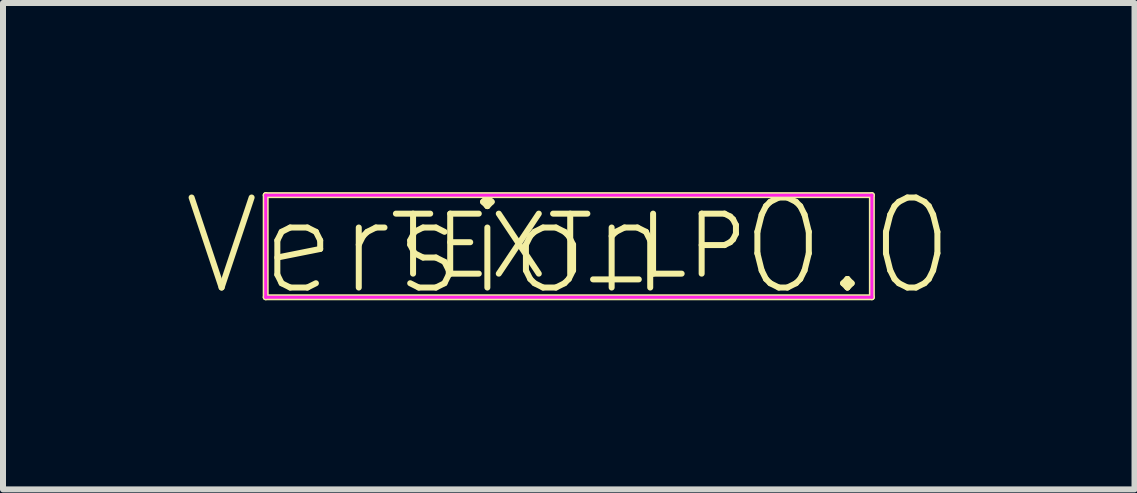
<source format=kicad_pcb>
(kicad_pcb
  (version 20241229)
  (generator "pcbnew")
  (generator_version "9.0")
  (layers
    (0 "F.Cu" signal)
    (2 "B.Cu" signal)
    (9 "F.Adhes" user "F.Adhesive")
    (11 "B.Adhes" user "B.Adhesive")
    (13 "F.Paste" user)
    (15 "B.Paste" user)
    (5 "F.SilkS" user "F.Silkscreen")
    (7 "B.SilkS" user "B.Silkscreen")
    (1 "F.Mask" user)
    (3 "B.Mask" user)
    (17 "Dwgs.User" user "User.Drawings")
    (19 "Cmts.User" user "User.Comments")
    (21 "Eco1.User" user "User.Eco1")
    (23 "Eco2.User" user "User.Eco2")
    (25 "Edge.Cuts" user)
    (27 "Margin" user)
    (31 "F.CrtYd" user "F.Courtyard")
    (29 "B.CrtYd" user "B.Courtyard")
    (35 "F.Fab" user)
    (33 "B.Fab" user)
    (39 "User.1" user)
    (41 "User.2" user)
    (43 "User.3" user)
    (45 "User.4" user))
  (footprint "TEXT_LP"
    (layer "F.Cu")
    (at 6.429 1.053)
    (property "Reference" "TEXT_LP" (at 0 0 0) (layer "F.SilkS") (effects (font (size 1 1) (thickness 0.1))))
    (fp_line (start -5.051 -0.851) (end 5.051 -0.851) (stroke (width 0.1) (type solid)) (layer "F.SilkS"))
    (fp_line (start -5.051 0.851) (end -5.051 -0.851) (stroke (width 0.1) (type solid)) (layer "F.SilkS"))
    (fp_line (start 5.051 -0.851) (end 5.051 0.851) (stroke (width 0.1) (type solid)) (layer "F.SilkS"))
    (fp_line (start 5.051 0.851) (end -5.051 0.851) (stroke (width 0.1) (type solid)) (layer "F.SilkS"))
    (fp_line (start -5.051 -0.851) (end -5.051 0.851) (stroke (width 0.05) (type solid)) (layer "F.CrtYd"))
    (fp_line (start -5.051 0.851) (end 5.051 0.851) (stroke (width 0.05) (type solid)) (layer "F.CrtYd"))
    (fp_line (start 5.051 -0.851) (end -5.051 -0.851) (stroke (width 0.05) (type solid)) (layer "F.CrtYd"))
    (fp_line (start 5.051 0.851) (end 5.051 -0.851) (stroke (width 0.05) (type solid)) (layer "F.CrtYd"))
    (fp_text user "Version 0.0" (at 0 0 0) (layer "F.SilkS") (effects (font (size 1.5 1.5) (thickness 0.1)))))
  (gr_rect
    (start -3 -3)
    (end 15.857 5.106)
    (stroke (width 0.1) (type default))
    (fill no)
    (layer "Edge.Cuts")))
</source>
